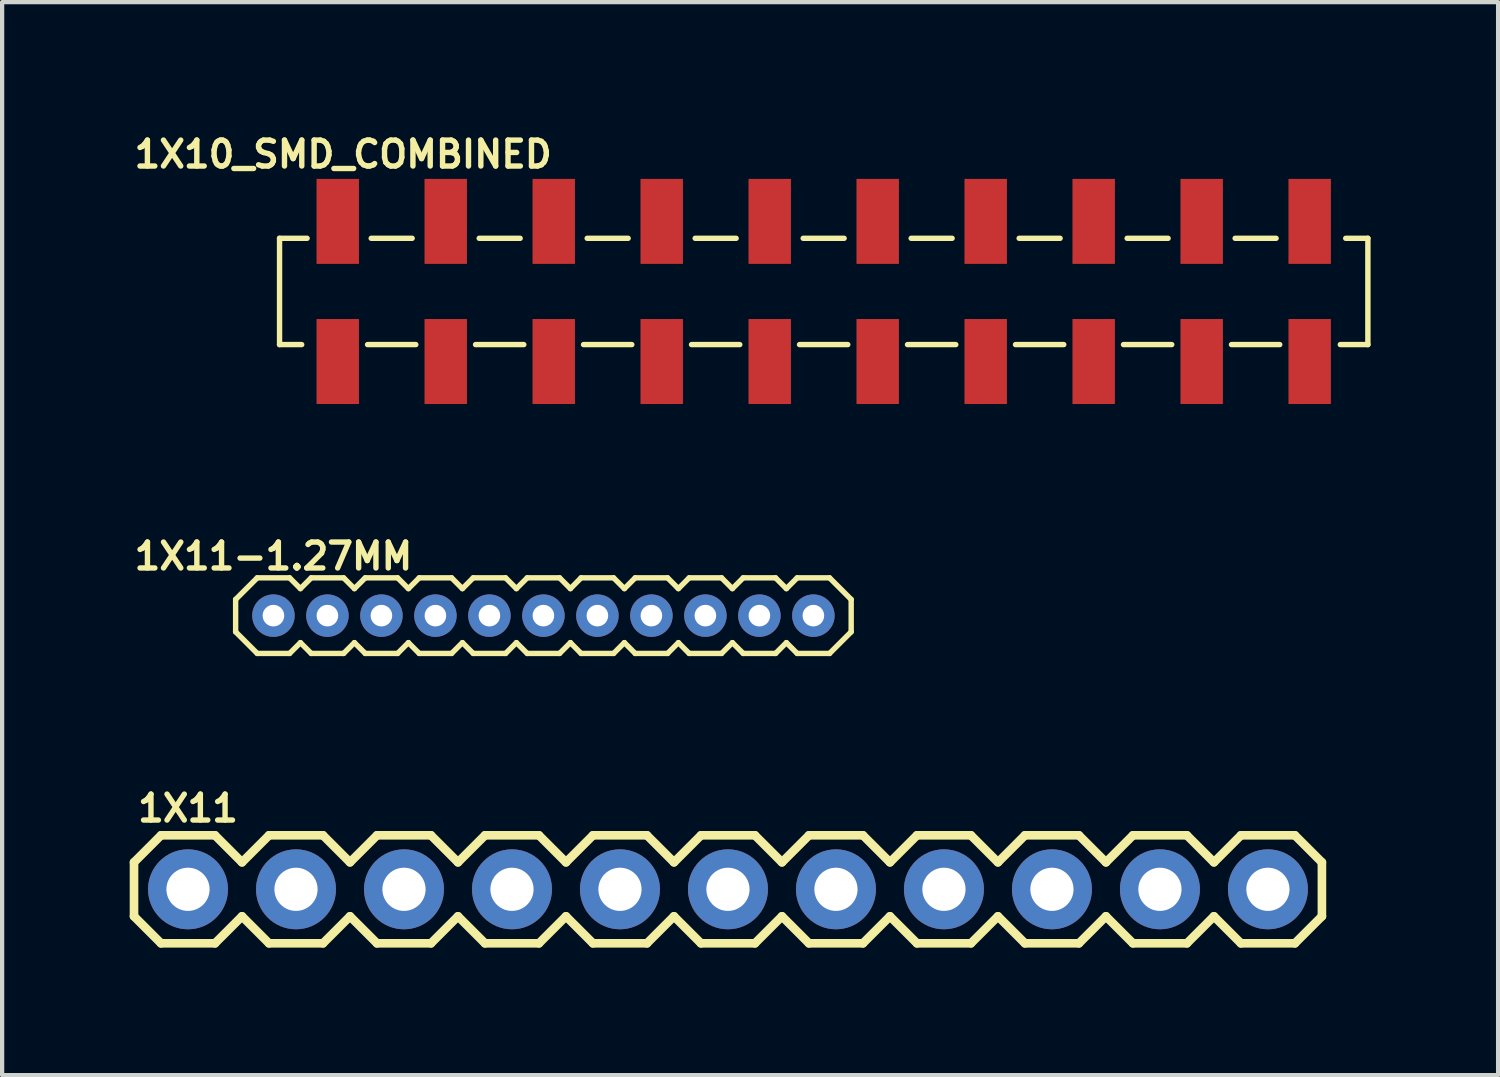
<source format=kicad_pcb>
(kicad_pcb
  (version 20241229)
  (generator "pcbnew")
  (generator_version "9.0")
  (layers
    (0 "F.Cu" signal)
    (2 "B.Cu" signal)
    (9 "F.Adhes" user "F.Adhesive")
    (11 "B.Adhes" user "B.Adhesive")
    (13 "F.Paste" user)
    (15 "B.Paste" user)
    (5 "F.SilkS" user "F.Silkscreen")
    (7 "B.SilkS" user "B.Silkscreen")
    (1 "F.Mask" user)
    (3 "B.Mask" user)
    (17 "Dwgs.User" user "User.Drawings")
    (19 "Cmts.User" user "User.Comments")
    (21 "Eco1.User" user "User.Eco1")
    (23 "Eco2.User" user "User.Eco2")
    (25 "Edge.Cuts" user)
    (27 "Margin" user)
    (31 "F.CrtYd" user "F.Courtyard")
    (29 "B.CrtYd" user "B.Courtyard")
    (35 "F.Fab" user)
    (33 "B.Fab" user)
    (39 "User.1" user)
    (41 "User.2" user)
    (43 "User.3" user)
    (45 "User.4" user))
  (footprint "1X11-1.27MM"
    (layer "F.Cu")
    (at 3.381 11.43)
    (property "Reference" "1X11-1.27MM" (at 0 -1.397 0) (layer "F.SilkS") (effects (font (size 0.61 0.61) (thickness 0.127))))
    (attr exclude_from_pos_files exclude_from_bom)
    (fp_line (start -0.889 -0.381) (end -0.889 0.381) (stroke (width 0.127) (type solid)) (layer "F.SilkS"))
    (fp_line (start -0.889 0.381) (end -0.381 0.889) (stroke (width 0.127) (type solid)) (layer "F.SilkS"))
    (fp_line (start -0.381 -0.889) (end -0.889 -0.381) (stroke (width 0.127) (type solid)) (layer "F.SilkS"))
    (fp_line (start -0.381 0.889) (end 0.381 0.889) (stroke (width 0.127) (type solid)) (layer "F.SilkS"))
    (fp_line (start 0.381 -0.889) (end -0.381 -0.889) (stroke (width 0.127) (type solid)) (layer "F.SilkS"))
    (fp_line (start 0.381 0.889) (end 0.635 0.635) (stroke (width 0.127) (type solid)) (layer "F.SilkS"))
    (fp_line (start 0.635 -0.635) (end 0.381 -0.889) (stroke (width 0.127) (type solid)) (layer "F.SilkS"))
    (fp_line (start 0.635 0.635) (end 0.889 0.889) (stroke (width 0.127) (type solid)) (layer "F.SilkS"))
    (fp_line (start 0.889 -0.889) (end 0.635 -0.635) (stroke (width 0.127) (type solid)) (layer "F.SilkS"))
    (fp_line (start 0.889 0.889) (end 1.651 0.889) (stroke (width 0.127) (type solid)) (layer "F.SilkS"))
    (fp_line (start 1.651 -0.889) (end 0.889 -0.889) (stroke (width 0.127) (type solid)) (layer "F.SilkS"))
    (fp_line (start 1.651 0.889) (end 1.905 0.635) (stroke (width 0.127) (type solid)) (layer "F.SilkS"))
    (fp_line (start 1.905 -0.635) (end 1.651 -0.889) (stroke (width 0.127) (type solid)) (layer "F.SilkS"))
    (fp_line (start 1.905 0.635) (end 2.159 0.889) (stroke (width 0.127) (type solid)) (layer "F.SilkS"))
    (fp_line (start 2.159 -0.889) (end 1.905 -0.635) (stroke (width 0.127) (type solid)) (layer "F.SilkS"))
    (fp_line (start 2.159 0.889) (end 2.921 0.889) (stroke (width 0.127) (type solid)) (layer "F.SilkS"))
    (fp_line (start 2.921 -0.889) (end 2.159 -0.889) (stroke (width 0.127) (type solid)) (layer "F.SilkS"))
    (fp_line (start 2.921 0.889) (end 3.175 0.635) (stroke (width 0.127) (type solid)) (layer "F.SilkS"))
    (fp_line (start 3.175 -0.635) (end 2.921 -0.889) (stroke (width 0.127) (type solid)) (layer "F.SilkS"))
    (fp_line (start 3.175 0.635) (end 3.429 0.889) (stroke (width 0.127) (type solid)) (layer "F.SilkS"))
    (fp_line (start 3.429 -0.889) (end 3.175 -0.635) (stroke (width 0.127) (type solid)) (layer "F.SilkS"))
    (fp_line (start 3.429 0.889) (end 4.191 0.889) (stroke (width 0.127) (type solid)) (layer "F.SilkS"))
    (fp_line (start 4.191 -0.889) (end 3.429 -0.889) (stroke (width 0.127) (type solid)) (layer "F.SilkS"))
    (fp_line (start 4.191 0.889) (end 4.445 0.635) (stroke (width 0.127) (type solid)) (layer "F.SilkS"))
    (fp_line (start 4.445 -0.635) (end 4.191 -0.889) (stroke (width 0.127) (type solid)) (layer "F.SilkS"))
    (fp_line (start 4.445 0.635) (end 4.699 0.889) (stroke (width 0.127) (type solid)) (layer "F.SilkS"))
    (fp_line (start 4.699 -0.889) (end 4.445 -0.635) (stroke (width 0.127) (type solid)) (layer "F.SilkS"))
    (fp_line (start 4.699 0.889) (end 5.461 0.889) (stroke (width 0.127) (type solid)) (layer "F.SilkS"))
    (fp_line (start 5.461 -0.889) (end 4.699 -0.889) (stroke (width 0.127) (type solid)) (layer "F.SilkS"))
    (fp_line (start 5.461 0.889) (end 5.715 0.635) (stroke (width 0.127) (type solid)) (layer "F.SilkS"))
    (fp_line (start 5.715 -0.635) (end 5.461 -0.889) (stroke (width 0.127) (type solid)) (layer "F.SilkS"))
    (fp_line (start 5.715 0.635) (end 5.969 0.889) (stroke (width 0.127) (type solid)) (layer "F.SilkS"))
    (fp_line (start 5.969 -0.889) (end 5.715 -0.635) (stroke (width 0.127) (type solid)) (layer "F.SilkS"))
    (fp_line (start 5.969 0.889) (end 6.731 0.889) (stroke (width 0.127) (type solid)) (layer "F.SilkS"))
    (fp_line (start 6.731 -0.889) (end 5.969 -0.889) (stroke (width 0.127) (type solid)) (layer "F.SilkS"))
    (fp_line (start 6.731 0.889) (end 6.985 0.635) (stroke (width 0.127) (type solid)) (layer "F.SilkS"))
    (fp_line (start 6.985 -0.635) (end 6.731 -0.889) (stroke (width 0.127) (type solid)) (layer "F.SilkS"))
    (fp_line (start 6.985 0.635) (end 7.236 0.889) (stroke (width 0.127) (type solid)) (layer "F.SilkS"))
    (fp_line (start 7.236 -0.889) (end 6.985 -0.635) (stroke (width 0.127) (type solid)) (layer "F.SilkS"))
    (fp_line (start 7.236 0.889) (end 8.001 0.889) (stroke (width 0.127) (type solid)) (layer "F.SilkS"))
    (fp_line (start 8.001 -0.889) (end 7.236 -0.889) (stroke (width 0.127) (type solid)) (layer "F.SilkS"))
    (fp_line (start 8.001 0.889) (end 8.255 0.635) (stroke (width 0.127) (type solid)) (layer "F.SilkS"))
    (fp_line (start 8.255 -0.635) (end 8.001 -0.889) (stroke (width 0.127) (type solid)) (layer "F.SilkS"))
    (fp_line (start 8.255 0.635) (end 8.509 0.889) (stroke (width 0.127) (type solid)) (layer "F.SilkS"))
    (fp_line (start 8.509 -0.889) (end 8.255 -0.635) (stroke (width 0.127) (type solid)) (layer "F.SilkS"))
    (fp_line (start 8.509 0.889) (end 9.271 0.889) (stroke (width 0.127) (type solid)) (layer "F.SilkS"))
    (fp_line (start 9.271 -0.889) (end 8.509 -0.889) (stroke (width 0.127) (type solid)) (layer "F.SilkS"))
    (fp_line (start 9.271 0.889) (end 9.525 0.635) (stroke (width 0.127) (type solid)) (layer "F.SilkS"))
    (fp_line (start 9.525 -0.635) (end 9.271 -0.889) (stroke (width 0.127) (type solid)) (layer "F.SilkS"))
    (fp_line (start 9.525 0.635) (end 9.779 0.889) (stroke (width 0.127) (type solid)) (layer "F.SilkS"))
    (fp_line (start 9.779 -0.889) (end 9.525 -0.635) (stroke (width 0.127) (type solid)) (layer "F.SilkS"))
    (fp_line (start 9.779 0.889) (end 10.541 0.889) (stroke (width 0.127) (type solid)) (layer "F.SilkS"))
    (fp_line (start 10.541 -0.889) (end 9.779 -0.889) (stroke (width 0.127) (type solid)) (layer "F.SilkS"))
    (fp_line (start 10.541 0.889) (end 10.795 0.635) (stroke (width 0.127) (type solid)) (layer "F.SilkS"))
    (fp_line (start 10.795 -0.635) (end 10.541 -0.889) (stroke (width 0.127) (type solid)) (layer "F.SilkS"))
    (fp_line (start 10.795 0.635) (end 11.049 0.889) (stroke (width 0.127) (type solid)) (layer "F.SilkS"))
    (fp_line (start 11.049 -0.889) (end 10.795 -0.635) (stroke (width 0.127) (type solid)) (layer "F.SilkS"))
    (fp_line (start 11.049 0.889) (end 11.811 0.889) (stroke (width 0.127) (type solid)) (layer "F.SilkS"))
    (fp_line (start 11.811 -0.889) (end 11.049 -0.889) (stroke (width 0.127) (type solid)) (layer "F.SilkS"))
    (fp_line (start 11.811 0.889) (end 12.065 0.635) (stroke (width 0.127) (type solid)) (layer "F.SilkS"))
    (fp_line (start 12.065 -0.635) (end 11.811 -0.889) (stroke (width 0.127) (type solid)) (layer "F.SilkS"))
    (fp_line (start 12.065 0.635) (end 12.319 0.889) (stroke (width 0.127) (type solid)) (layer "F.SilkS"))
    (fp_line (start 12.319 -0.889) (end 12.065 -0.635) (stroke (width 0.127) (type solid)) (layer "F.SilkS"))
    (fp_line (start 12.319 0.889) (end 13.081 0.889) (stroke (width 0.127) (type solid)) (layer "F.SilkS"))
    (fp_line (start 13.081 -0.889) (end 12.319 -0.889) (stroke (width 0.127) (type solid)) (layer "F.SilkS"))
    (fp_line (start 13.081 0.889) (end 13.589 0.381) (stroke (width 0.127) (type solid)) (layer "F.SilkS"))
    (fp_line (start 13.589 -0.381) (end 13.081 -0.889) (stroke (width 0.127) (type solid)) (layer "F.SilkS"))
    (fp_line (start 13.589 0.381) (end 13.589 -0.381) (stroke (width 0.127) (type solid)) (layer "F.SilkS"))
    (pad "1" thru_hole circle (at 0 0) (size 0.998 0.998) (drill 0.508) (layers "*.Cu" "*.Paste" "*.Mask"))
    (pad "2" thru_hole circle (at 1.27 0) (size 0.998 0.998) (drill 0.508) (layers "*.Cu" "*.Paste" "*.Mask"))
    (pad "3" thru_hole circle (at 2.54 0) (size 0.998 0.998) (drill 0.508) (layers "*.Cu" "*.Paste" "*.Mask"))
    (pad "4" thru_hole circle (at 3.81 0) (size 0.998 0.998) (drill 0.508) (layers "*.Cu" "*.Paste" "*.Mask"))
    (pad "5" thru_hole circle (at 5.08 0) (size 0.998 0.998) (drill 0.508) (layers "*.Cu" "*.Paste" "*.Mask"))
    (pad "6" thru_hole circle (at 6.35 0) (size 0.998 0.998) (drill 0.508) (layers "*.Cu" "*.Paste" "*.Mask"))
    (pad "7" thru_hole circle (at 7.62 0) (size 0.998 0.998) (drill 0.508) (layers "*.Cu" "*.Paste" "*.Mask"))
    (pad "8" thru_hole circle (at 8.89 0) (size 0.998 0.998) (drill 0.508) (layers "*.Cu" "*.Paste" "*.Mask"))
    (pad "9" thru_hole circle (at 10.16 0) (size 0.998 0.998) (drill 0.508) (layers "*.Cu" "*.Paste" "*.Mask"))
    (pad "10" thru_hole circle (at 11.43 0) (size 0.998 0.998) (drill 0.508) (layers "*.Cu" "*.Paste" "*.Mask"))
    (pad "11" thru_hole circle (at 12.7 0) (size 0.998 0.998) (drill 0.508) (layers "*.Cu" "*.Paste" "*.Mask")))
  (footprint "1X11"
    (layer "F.Cu")
    (at 1.372 17.867)
    (property "Reference" "1X11" (at 0 -1.905 0) (layer "F.SilkS") (effects (font (size 0.61 0.61) (thickness 0.127))))
    (attr exclude_from_pos_files exclude_from_bom)
    (fp_line (start -1.27 -0.635) (end -1.27 0.635) (stroke (width 0.203) (type solid)) (layer "F.SilkS"))
    (fp_line (start -1.27 0.635) (end -0.635 1.27) (stroke (width 0.203) (type solid)) (layer "F.SilkS"))
    (fp_line (start -0.635 -1.27) (end -1.27 -0.635) (stroke (width 0.203) (type solid)) (layer "F.SilkS"))
    (fp_line (start -0.635 -1.27) (end 0.635 -1.27) (stroke (width 0.203) (type solid)) (layer "F.SilkS"))
    (fp_line (start 0.635 -1.27) (end 1.27 -0.635) (stroke (width 0.203) (type solid)) (layer "F.SilkS"))
    (fp_line (start 0.635 1.27) (end -0.635 1.27) (stroke (width 0.203) (type solid)) (layer "F.SilkS"))
    (fp_line (start 1.27 -0.635) (end 1.905 -1.27) (stroke (width 0.203) (type solid)) (layer "F.SilkS"))
    (fp_line (start 1.27 0.635) (end 0.635 1.27) (stroke (width 0.203) (type solid)) (layer "F.SilkS"))
    (fp_line (start 1.905 -1.27) (end 3.175 -1.27) (stroke (width 0.203) (type solid)) (layer "F.SilkS"))
    (fp_line (start 1.905 1.27) (end 1.27 0.635) (stroke (width 0.203) (type solid)) (layer "F.SilkS"))
    (fp_line (start 3.175 -1.27) (end 3.81 -0.635) (stroke (width 0.203) (type solid)) (layer "F.SilkS"))
    (fp_line (start 3.175 1.27) (end 1.905 1.27) (stroke (width 0.203) (type solid)) (layer "F.SilkS"))
    (fp_line (start 3.81 -0.635) (end 4.445 -1.27) (stroke (width 0.203) (type solid)) (layer "F.SilkS"))
    (fp_line (start 3.81 0.635) (end 3.175 1.27) (stroke (width 0.203) (type solid)) (layer "F.SilkS"))
    (fp_line (start 4.445 -1.27) (end 5.715 -1.27) (stroke (width 0.203) (type solid)) (layer "F.SilkS"))
    (fp_line (start 4.445 1.27) (end 3.81 0.635) (stroke (width 0.203) (type solid)) (layer "F.SilkS"))
    (fp_line (start 5.715 -1.27) (end 6.35 -0.635) (stroke (width 0.203) (type solid)) (layer "F.SilkS"))
    (fp_line (start 5.715 1.27) (end 4.445 1.27) (stroke (width 0.203) (type solid)) (layer "F.SilkS"))
    (fp_line (start 6.35 0.635) (end 5.715 1.27) (stroke (width 0.203) (type solid)) (layer "F.SilkS"))
    (fp_line (start 6.35 0.635) (end 6.985 1.27) (stroke (width 0.203) (type solid)) (layer "F.SilkS"))
    (fp_line (start 6.985 -1.27) (end 6.35 -0.635) (stroke (width 0.203) (type solid)) (layer "F.SilkS"))
    (fp_line (start 6.985 -1.27) (end 8.255 -1.27) (stroke (width 0.203) (type solid)) (layer "F.SilkS"))
    (fp_line (start 8.255 -1.27) (end 8.89 -0.635) (stroke (width 0.203) (type solid)) (layer "F.SilkS"))
    (fp_line (start 8.255 1.27) (end 6.985 1.27) (stroke (width 0.203) (type solid)) (layer "F.SilkS"))
    (fp_line (start 8.89 -0.635) (end 9.525 -1.27) (stroke (width 0.203) (type solid)) (layer "F.SilkS"))
    (fp_line (start 8.89 0.635) (end 8.255 1.27) (stroke (width 0.203) (type solid)) (layer "F.SilkS"))
    (fp_line (start 9.525 -1.27) (end 10.795 -1.27) (stroke (width 0.203) (type solid)) (layer "F.SilkS"))
    (fp_line (start 9.525 1.27) (end 8.89 0.635) (stroke (width 0.203) (type solid)) (layer "F.SilkS"))
    (fp_line (start 10.795 -1.27) (end 11.43 -0.635) (stroke (width 0.203) (type solid)) (layer "F.SilkS"))
    (fp_line (start 10.795 1.27) (end 9.525 1.27) (stroke (width 0.203) (type solid)) (layer "F.SilkS"))
    (fp_line (start 11.43 -0.635) (end 12.065 -1.27) (stroke (width 0.203) (type solid)) (layer "F.SilkS"))
    (fp_line (start 11.43 0.635) (end 10.795 1.27) (stroke (width 0.203) (type solid)) (layer "F.SilkS"))
    (fp_line (start 12.065 -1.27) (end 13.335 -1.27) (stroke (width 0.203) (type solid)) (layer "F.SilkS"))
    (fp_line (start 12.065 1.27) (end 11.43 0.635) (stroke (width 0.203) (type solid)) (layer "F.SilkS"))
    (fp_line (start 13.335 -1.27) (end 13.97 -0.635) (stroke (width 0.203) (type solid)) (layer "F.SilkS"))
    (fp_line (start 13.335 1.27) (end 12.065 1.27) (stroke (width 0.203) (type solid)) (layer "F.SilkS"))
    (fp_line (start 13.97 0.635) (end 13.335 1.27) (stroke (width 0.203) (type solid)) (layer "F.SilkS"))
    (fp_line (start 13.97 0.635) (end 14.605 1.27) (stroke (width 0.203) (type solid)) (layer "F.SilkS"))
    (fp_line (start 14.605 -1.27) (end 13.97 -0.635) (stroke (width 0.203) (type solid)) (layer "F.SilkS"))
    (fp_line (start 14.605 -1.27) (end 15.875 -1.27) (stroke (width 0.203) (type solid)) (layer "F.SilkS"))
    (fp_line (start 15.875 -1.27) (end 16.51 -0.635) (stroke (width 0.203) (type solid)) (layer "F.SilkS"))
    (fp_line (start 15.875 1.27) (end 14.605 1.27) (stroke (width 0.203) (type solid)) (layer "F.SilkS"))
    (fp_line (start 16.51 0.635) (end 15.875 1.27) (stroke (width 0.203) (type solid)) (layer "F.SilkS"))
    (fp_line (start 16.51 0.635) (end 17.145 1.27) (stroke (width 0.203) (type solid)) (layer "F.SilkS"))
    (fp_line (start 17.145 -1.27) (end 16.51 -0.635) (stroke (width 0.203) (type solid)) (layer "F.SilkS"))
    (fp_line (start 17.145 -1.27) (end 18.415 -1.27) (stroke (width 0.203) (type solid)) (layer "F.SilkS"))
    (fp_line (start 18.415 -1.27) (end 19.05 -0.635) (stroke (width 0.203) (type solid)) (layer "F.SilkS"))
    (fp_line (start 18.415 1.27) (end 17.145 1.27) (stroke (width 0.203) (type solid)) (layer "F.SilkS"))
    (fp_line (start 19.05 0.635) (end 18.415 1.27) (stroke (width 0.203) (type solid)) (layer "F.SilkS"))
    (fp_line (start 19.05 0.635) (end 19.685 1.27) (stroke (width 0.203) (type solid)) (layer "F.SilkS"))
    (fp_line (start 19.685 -1.27) (end 19.05 -0.635) (stroke (width 0.203) (type solid)) (layer "F.SilkS"))
    (fp_line (start 19.685 -1.27) (end 20.955 -1.27) (stroke (width 0.203) (type solid)) (layer "F.SilkS"))
    (fp_line (start 20.955 -1.27) (end 21.59 -0.635) (stroke (width 0.203) (type solid)) (layer "F.SilkS"))
    (fp_line (start 20.955 1.27) (end 19.685 1.27) (stroke (width 0.203) (type solid)) (layer "F.SilkS"))
    (fp_line (start 21.59 0.635) (end 20.955 1.27) (stroke (width 0.203) (type solid)) (layer "F.SilkS"))
    (fp_line (start 21.59 0.635) (end 22.225 1.27) (stroke (width 0.203) (type solid)) (layer "F.SilkS"))
    (fp_line (start 22.225 -1.27) (end 21.59 -0.635) (stroke (width 0.203) (type solid)) (layer "F.SilkS"))
    (fp_line (start 22.225 -1.27) (end 23.495 -1.27) (stroke (width 0.203) (type solid)) (layer "F.SilkS"))
    (fp_line (start 23.495 -1.27) (end 24.13 -0.635) (stroke (width 0.203) (type solid)) (layer "F.SilkS"))
    (fp_line (start 23.495 1.27) (end 22.225 1.27) (stroke (width 0.203) (type solid)) (layer "F.SilkS"))
    (fp_line (start 24.13 0.635) (end 23.495 1.27) (stroke (width 0.203) (type solid)) (layer "F.SilkS"))
    (fp_line (start 24.13 0.635) (end 24.765 1.27) (stroke (width 0.203) (type solid)) (layer "F.SilkS"))
    (fp_line (start 24.765 -1.27) (end 24.13 -0.635) (stroke (width 0.203) (type solid)) (layer "F.SilkS"))
    (fp_line (start 24.765 -1.27) (end 26.035 -1.27) (stroke (width 0.203) (type solid)) (layer "F.SilkS"))
    (fp_line (start 26.035 -1.27) (end 26.67 -0.635) (stroke (width 0.203) (type solid)) (layer "F.SilkS"))
    (fp_line (start 26.035 1.27) (end 24.765 1.27) (stroke (width 0.203) (type solid)) (layer "F.SilkS"))
    (fp_line (start 26.67 -0.635) (end 26.67 0.635) (stroke (width 0.203) (type solid)) (layer "F.SilkS"))
    (fp_line (start 26.67 0.635) (end 26.035 1.27) (stroke (width 0.203) (type solid)) (layer "F.SilkS"))
    (pad "1" thru_hole circle (at 0 0) (size 1.88 1.88) (drill 1.016) (layers "*.Cu" "*.Paste" "*.Mask"))
    (pad "2" thru_hole circle (at 2.54 0) (size 1.88 1.88) (drill 1.016) (layers "*.Cu" "*.Paste" "*.Mask"))
    (pad "3" thru_hole circle (at 5.08 0) (size 1.88 1.88) (drill 1.016) (layers "*.Cu" "*.Paste" "*.Mask"))
    (pad "4" thru_hole circle (at 7.62 0) (size 1.88 1.88) (drill 1.016) (layers "*.Cu" "*.Paste" "*.Mask"))
    (pad "5" thru_hole circle (at 10.16 0) (size 1.88 1.88) (drill 1.016) (layers "*.Cu" "*.Paste" "*.Mask"))
    (pad "6" thru_hole circle (at 12.7 0) (size 1.88 1.88) (drill 1.016) (layers "*.Cu" "*.Paste" "*.Mask"))
    (pad "7" thru_hole circle (at 15.24 0) (size 1.88 1.88) (drill 1.016) (layers "*.Cu" "*.Paste" "*.Mask"))
    (pad "8" thru_hole circle (at 17.78 0) (size 1.88 1.88) (drill 1.016) (layers "*.Cu" "*.Paste" "*.Mask"))
    (pad "9" thru_hole circle (at 20.32 0) (size 1.88 1.88) (drill 1.016) (layers "*.Cu" "*.Paste" "*.Mask"))
    (pad "10" thru_hole circle (at 22.86 0) (size 1.88 1.88) (drill 1.016) (layers "*.Cu" "*.Paste" "*.Mask"))
    (pad "11" thru_hole circle (at 25.4 0) (size 1.88 1.88) (drill 1.016) (layers "*.Cu" "*.Paste" "*.Mask")))
  (footprint "1X10_SMD_COMBINED"
    (layer "F.Cu")
    (at 4.894 3.805)
    (property "Reference" "1X10_SMD_COMBINED" (at 0.127 -3.226 0) (layer "F.SilkS") (effects (font (size 0.61 0.61) (thickness 0.127))))
    (attr smd)
    (fp_line (start -1.369 -1.25) (end -0.721 -1.25) (stroke (width 0.127) (type solid)) (layer "F.SilkS"))
    (fp_line (start -1.369 1.25) (end -1.369 -1.25) (stroke (width 0.127) (type solid)) (layer "F.SilkS"))
    (fp_line (start -0.848 1.25) (end -1.369 1.25) (stroke (width 0.127) (type solid)) (layer "F.SilkS"))
    (fp_line (start 0.787 -1.25) (end 1.75 -1.25) (stroke (width 0.127) (type solid)) (layer "F.SilkS"))
    (fp_line (start 1.836 1.25) (end 0.701 1.25) (stroke (width 0.127) (type solid)) (layer "F.SilkS"))
    (fp_line (start 3.327 -1.25) (end 4.29 -1.25) (stroke (width 0.127) (type solid)) (layer "F.SilkS"))
    (fp_line (start 4.376 1.25) (end 3.241 1.25) (stroke (width 0.127) (type solid)) (layer "F.SilkS"))
    (fp_line (start 5.867 -1.25) (end 6.83 -1.25) (stroke (width 0.127) (type solid)) (layer "F.SilkS"))
    (fp_line (start 6.916 1.25) (end 5.781 1.25) (stroke (width 0.127) (type solid)) (layer "F.SilkS"))
    (fp_line (start 8.407 -1.25) (end 9.37 -1.25) (stroke (width 0.127) (type solid)) (layer "F.SilkS"))
    (fp_line (start 9.456 1.25) (end 8.321 1.25) (stroke (width 0.127) (type solid)) (layer "F.SilkS"))
    (fp_line (start 10.947 -1.25) (end 11.91 -1.25) (stroke (width 0.127) (type solid)) (layer "F.SilkS"))
    (fp_line (start 11.996 1.25) (end 10.861 1.25) (stroke (width 0.127) (type solid)) (layer "F.SilkS"))
    (fp_line (start 13.487 -1.25) (end 14.45 -1.25) (stroke (width 0.127) (type solid)) (layer "F.SilkS"))
    (fp_line (start 14.536 1.25) (end 13.401 1.25) (stroke (width 0.127) (type solid)) (layer "F.SilkS"))
    (fp_line (start 16.027 -1.25) (end 16.99 -1.25) (stroke (width 0.127) (type solid)) (layer "F.SilkS"))
    (fp_line (start 17.076 1.25) (end 15.941 1.25) (stroke (width 0.127) (type solid)) (layer "F.SilkS"))
    (fp_line (start 18.567 -1.25) (end 19.53 -1.25) (stroke (width 0.127) (type solid)) (layer "F.SilkS"))
    (fp_line (start 19.616 1.25) (end 18.481 1.25) (stroke (width 0.127) (type solid)) (layer "F.SilkS"))
    (fp_line (start 21.107 -1.25) (end 22.07 -1.25) (stroke (width 0.127) (type solid)) (layer "F.SilkS"))
    (fp_line (start 22.156 1.25) (end 21.021 1.25) (stroke (width 0.127) (type solid)) (layer "F.SilkS"))
    (fp_line (start 23.708 -1.25) (end 24.229 -1.25) (stroke (width 0.127) (type solid)) (layer "F.SilkS"))
    (fp_line (start 24.229 -1.25) (end 24.229 1.25) (stroke (width 0.127) (type solid)) (layer "F.SilkS"))
    (fp_line (start 24.229 1.25) (end 23.581 1.25) (stroke (width 0.127) (type solid)) (layer "F.SilkS"))
    (pad "1A" smd rect (at 0 -1.648 90) (size 1.999 0.998) (layers "F.Cu" "F.Mask" "F.Paste"))
    (pad "1B" smd rect (at 0 1.648 270) (size 1.999 0.998) (layers "F.Cu" "F.Mask" "F.Paste"))
    (pad "2A" smd rect (at 2.54 -1.648 270) (size 1.999 0.998) (layers "F.Cu" "F.Mask" "F.Paste"))
    (pad "2B" smd rect (at 2.54 1.648 90) (size 1.999 0.998) (layers "F.Cu" "F.Mask" "F.Paste"))
    (pad "3A" smd rect (at 5.08 -1.648 90) (size 1.999 0.998) (layers "F.Cu" "F.Mask" "F.Paste"))
    (pad "3B" smd rect (at 5.08 1.648 270) (size 1.999 0.998) (layers "F.Cu" "F.Mask" "F.Paste"))
    (pad "4A" smd rect (at 7.62 -1.648 270) (size 1.999 0.998) (layers "F.Cu" "F.Mask" "F.Paste"))
    (pad "4B" smd rect (at 7.62 1.648 90) (size 1.999 0.998) (layers "F.Cu" "F.Mask" "F.Paste"))
    (pad "5A" smd rect (at 10.16 -1.648 90) (size 1.999 0.998) (layers "F.Cu" "F.Mask" "F.Paste"))
    (pad "5B" smd rect (at 10.16 1.648 270) (size 1.999 0.998) (layers "F.Cu" "F.Mask" "F.Paste"))
    (pad "6A" smd rect (at 12.7 -1.648 270) (size 1.999 0.998) (layers "F.Cu" "F.Mask" "F.Paste"))
    (pad "6B" smd rect (at 12.7 1.648 90) (size 1.999 0.998) (layers "F.Cu" "F.Mask" "F.Paste"))
    (pad "7A" smd rect (at 15.24 -1.648 90) (size 1.999 0.998) (layers "F.Cu" "F.Mask" "F.Paste"))
    (pad "7B" smd rect (at 15.24 1.648 270) (size 1.999 0.998) (layers "F.Cu" "F.Mask" "F.Paste"))
    (pad "8A" smd rect (at 17.78 -1.648 270) (size 1.999 0.998) (layers "F.Cu" "F.Mask" "F.Paste"))
    (pad "8B" smd rect (at 17.78 1.648 270) (size 1.999 0.998) (layers "F.Cu" "F.Mask" "F.Paste"))
    (pad "9A" smd rect (at 20.32 -1.648 270) (size 1.999 0.998) (layers "F.Cu" "F.Mask" "F.Paste"))
    (pad "9B" smd rect (at 20.32 1.648 270) (size 1.999 0.998) (layers "F.Cu" "F.Mask" "F.Paste"))
    (pad "10A" smd rect (at 22.86 -1.648 270) (size 1.999 0.998) (layers "F.Cu" "F.Mask" "F.Paste"))
    (pad "10B" smd rect (at 22.86 1.648 270) (size 1.999 0.998) (layers "F.Cu" "F.Mask" "F.Paste")))
  (gr_rect
    (start -3 -3)
    (end 32.186 22.238)
    (stroke (width 0.1) (type default))
    (fill no)
    (layer "Edge.Cuts")))
</source>
